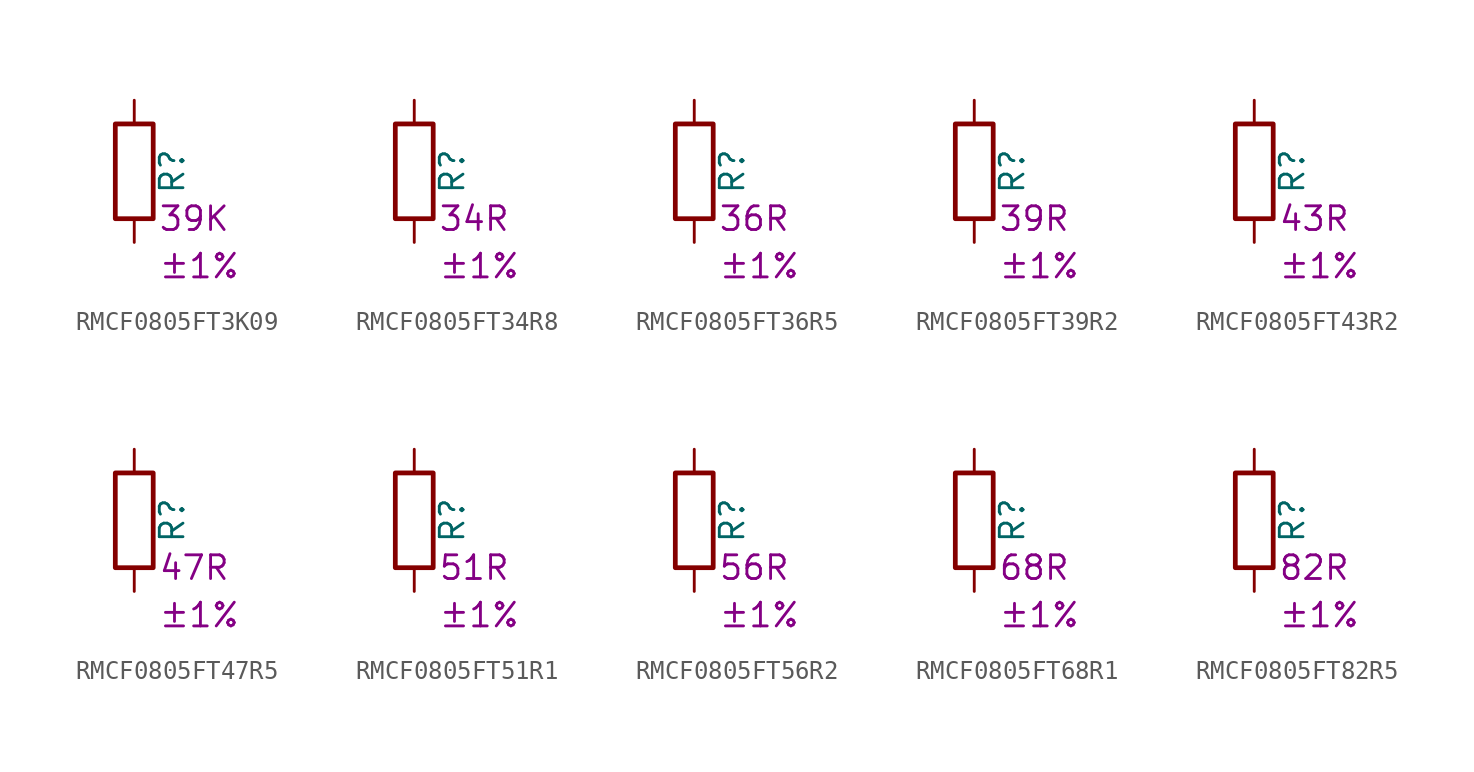
<source format=kicad_sym>
(kicad_symbol_lib
  (version 20220914)
  (generator kicad_symbol_editor)
  (symbol "RMCF0805FT3K09"
    (pin_numbers hide)
    (pin_names
      (offset 0))
    (property "Reference" "R"
      (at 2.032 0 90)
      (effects (font (size 1.27 1.27))))
    (property "Resistance" "39K"
      (at 1.27 -2.54 0)
      (effects (font (size 1.27 1.27)) (justify left)))
    (property "Tolerance" "±1%"
      (at 1.27 -5.08 0)
      (effects (font (size 1.27 1.27)) (justify left)))
    (symbol "RMCF0805FT3K09_0_1"
      (rectangle (start -1.016 -2.54) (end 1.016 2.54) (stroke (width 0.254) (type default)) (fill (type none))))
    (symbol "RMCF0805FT3K09_1_1"
      (pin passive line (at 0 3.81 270) (length 1.27) (name "~" (effects (font (size 1.27 1.27)))) (number "1" (effects (font (size 1.27 1.27)))))
      (pin passive line (at 0 -3.81 90) (length 1.27) (name "~" (effects (font (size 1.27 1.27)))) (number "2" (effects (font (size 1.27 1.27)))))))
  (symbol "RMCF0805FT34R8"
    (pin_numbers hide)
    (pin_names
      (offset 0))
    (property "Reference" "R"
      (at 2.032 0 90)
      (effects (font (size 1.27 1.27))))
    (property "Resistance" "34R"
      (at 1.27 -2.54 0)
      (effects (font (size 1.27 1.27)) (justify left)))
    (property "Tolerance" "±1%"
      (at 1.27 -5.08 0)
      (effects (font (size 1.27 1.27)) (justify left)))
    (symbol "RMCF0805FT34R8_0_1"
      (rectangle (start -1.016 -2.54) (end 1.016 2.54) (stroke (width 0.254) (type default)) (fill (type none))))
    (symbol "RMCF0805FT34R8_1_1"
      (pin passive line (at 0 3.81 270) (length 1.27) (name "~" (effects (font (size 1.27 1.27)))) (number "1" (effects (font (size 1.27 1.27)))))
      (pin passive line (at 0 -3.81 90) (length 1.27) (name "~" (effects (font (size 1.27 1.27)))) (number "2" (effects (font (size 1.27 1.27)))))))
  (symbol "RMCF0805FT36R5"
    (pin_numbers hide)
    (pin_names
      (offset 0))
    (property "Reference" "R"
      (at 2.032 0 90)
      (effects (font (size 1.27 1.27))))
    (property "Resistance" "36R"
      (at 1.27 -2.54 0)
      (effects (font (size 1.27 1.27)) (justify left)))
    (property "Tolerance" "±1%"
      (at 1.27 -5.08 0)
      (effects (font (size 1.27 1.27)) (justify left)))
    (symbol "RMCF0805FT36R5_0_1"
      (rectangle (start -1.016 -2.54) (end 1.016 2.54) (stroke (width 0.254) (type default)) (fill (type none))))
    (symbol "RMCF0805FT36R5_1_1"
      (pin passive line (at 0 3.81 270) (length 1.27) (name "~" (effects (font (size 1.27 1.27)))) (number "1" (effects (font (size 1.27 1.27)))))
      (pin passive line (at 0 -3.81 90) (length 1.27) (name "~" (effects (font (size 1.27 1.27)))) (number "2" (effects (font (size 1.27 1.27)))))))
  (symbol "RMCF0805FT39R2"
    (pin_numbers hide)
    (pin_names
      (offset 0))
    (property "Reference" "R"
      (at 2.032 0 90)
      (effects (font (size 1.27 1.27))))
    (property "Resistance" "39R"
      (at 1.27 -2.54 0)
      (effects (font (size 1.27 1.27)) (justify left)))
    (property "Tolerance" "±1%"
      (at 1.27 -5.08 0)
      (effects (font (size 1.27 1.27)) (justify left)))
    (symbol "RMCF0805FT39R2_0_1"
      (rectangle (start -1.016 -2.54) (end 1.016 2.54) (stroke (width 0.254) (type default)) (fill (type none))))
    (symbol "RMCF0805FT39R2_1_1"
      (pin passive line (at 0 3.81 270) (length 1.27) (name "~" (effects (font (size 1.27 1.27)))) (number "1" (effects (font (size 1.27 1.27)))))
      (pin passive line (at 0 -3.81 90) (length 1.27) (name "~" (effects (font (size 1.27 1.27)))) (number "2" (effects (font (size 1.27 1.27)))))))
  (symbol "RMCF0805FT43R2"
    (pin_numbers hide)
    (pin_names
      (offset 0))
    (property "Reference" "R"
      (at 2.032 0 90)
      (effects (font (size 1.27 1.27))))
    (property "Resistance" "43R"
      (at 1.27 -2.54 0)
      (effects (font (size 1.27 1.27)) (justify left)))
    (property "Tolerance" "±1%"
      (at 1.27 -5.08 0)
      (effects (font (size 1.27 1.27)) (justify left)))
    (symbol "RMCF0805FT43R2_0_1"
      (rectangle (start -1.016 -2.54) (end 1.016 2.54) (stroke (width 0.254) (type default)) (fill (type none))))
    (symbol "RMCF0805FT43R2_1_1"
      (pin passive line (at 0 3.81 270) (length 1.27) (name "~" (effects (font (size 1.27 1.27)))) (number "1" (effects (font (size 1.27 1.27)))))
      (pin passive line (at 0 -3.81 90) (length 1.27) (name "~" (effects (font (size 1.27 1.27)))) (number "2" (effects (font (size 1.27 1.27)))))))
  (symbol "RMCF0805FT47R5"
    (pin_numbers hide)
    (pin_names
      (offset 0))
    (property "Reference" "R"
      (at 2.032 0 90)
      (effects (font (size 1.27 1.27))))
    (property "Resistance" "47R"
      (at 1.27 -2.54 0)
      (effects (font (size 1.27 1.27)) (justify left)))
    (property "Tolerance" "±1%"
      (at 1.27 -5.08 0)
      (effects (font (size 1.27 1.27)) (justify left)))
    (symbol "RMCF0805FT47R5_0_1"
      (rectangle (start -1.016 -2.54) (end 1.016 2.54) (stroke (width 0.254) (type default)) (fill (type none))))
    (symbol "RMCF0805FT47R5_1_1"
      (pin passive line (at 0 3.81 270) (length 1.27) (name "~" (effects (font (size 1.27 1.27)))) (number "1" (effects (font (size 1.27 1.27)))))
      (pin passive line (at 0 -3.81 90) (length 1.27) (name "~" (effects (font (size 1.27 1.27)))) (number "2" (effects (font (size 1.27 1.27)))))))
  (symbol "RMCF0805FT51R1"
    (pin_numbers hide)
    (pin_names
      (offset 0))
    (property "Reference" "R"
      (at 2.032 0 90)
      (effects (font (size 1.27 1.27))))
    (property "Resistance" "51R"
      (at 1.27 -2.54 0)
      (effects (font (size 1.27 1.27)) (justify left)))
    (property "Tolerance" "±1%"
      (at 1.27 -5.08 0)
      (effects (font (size 1.27 1.27)) (justify left)))
    (symbol "RMCF0805FT51R1_0_1"
      (rectangle (start -1.016 -2.54) (end 1.016 2.54) (stroke (width 0.254) (type default)) (fill (type none))))
    (symbol "RMCF0805FT51R1_1_1"
      (pin passive line (at 0 3.81 270) (length 1.27) (name "~" (effects (font (size 1.27 1.27)))) (number "1" (effects (font (size 1.27 1.27)))))
      (pin passive line (at 0 -3.81 90) (length 1.27) (name "~" (effects (font (size 1.27 1.27)))) (number "2" (effects (font (size 1.27 1.27)))))))
  (symbol "RMCF0805FT56R2"
    (pin_numbers hide)
    (pin_names
      (offset 0))
    (property "Reference" "R"
      (at 2.032 0 90)
      (effects (font (size 1.27 1.27))))
    (property "Resistance" "56R"
      (at 1.27 -2.54 0)
      (effects (font (size 1.27 1.27)) (justify left)))
    (property "Tolerance" "±1%"
      (at 1.27 -5.08 0)
      (effects (font (size 1.27 1.27)) (justify left)))
    (symbol "RMCF0805FT56R2_0_1"
      (rectangle (start -1.016 -2.54) (end 1.016 2.54) (stroke (width 0.254) (type default)) (fill (type none))))
    (symbol "RMCF0805FT56R2_1_1"
      (pin passive line (at 0 3.81 270) (length 1.27) (name "~" (effects (font (size 1.27 1.27)))) (number "1" (effects (font (size 1.27 1.27)))))
      (pin passive line (at 0 -3.81 90) (length 1.27) (name "~" (effects (font (size 1.27 1.27)))) (number "2" (effects (font (size 1.27 1.27)))))))
  (symbol "RMCF0805FT68R1"
    (pin_numbers hide)
    (pin_names
      (offset 0))
    (property "Reference" "R"
      (at 2.032 0 90)
      (effects (font (size 1.27 1.27))))
    (property "Resistance" "68R"
      (at 1.27 -2.54 0)
      (effects (font (size 1.27 1.27)) (justify left)))
    (property "Tolerance" "±1%"
      (at 1.27 -5.08 0)
      (effects (font (size 1.27 1.27)) (justify left)))
    (symbol "RMCF0805FT68R1_0_1"
      (rectangle (start -1.016 -2.54) (end 1.016 2.54) (stroke (width 0.254) (type default)) (fill (type none))))
    (symbol "RMCF0805FT68R1_1_1"
      (pin passive line (at 0 3.81 270) (length 1.27) (name "~" (effects (font (size 1.27 1.27)))) (number "1" (effects (font (size 1.27 1.27)))))
      (pin passive line (at 0 -3.81 90) (length 1.27) (name "~" (effects (font (size 1.27 1.27)))) (number "2" (effects (font (size 1.27 1.27)))))))
  (symbol "RMCF0805FT82R5"
    (pin_numbers hide)
    (pin_names
      (offset 0))
    (property "Reference" "R"
      (at 2.032 0 90)
      (effects (font (size 1.27 1.27))))
    (property "Resistance" "82R"
      (at 1.27 -2.54 0)
      (effects (font (size 1.27 1.27)) (justify left)))
    (property "Tolerance" "±1%"
      (at 1.27 -5.08 0)
      (effects (font (size 1.27 1.27)) (justify left)))
    (symbol "RMCF0805FT82R5_0_1"
      (rectangle (start -1.016 -2.54) (end 1.016 2.54) (stroke (width 0.254) (type default)) (fill (type none))))
    (symbol "RMCF0805FT82R5_1_1"
      (pin passive line (at 0 3.81 270) (length 1.27) (name "~" (effects (font (size 1.27 1.27)))) (number "1" (effects (font (size 1.27 1.27)))))
      (pin passive line (at 0 -3.81 90) (length 1.27) (name "~" (effects (font (size 1.27 1.27)))) (number "2" (effects (font (size 1.27 1.27))))))))
</source>
